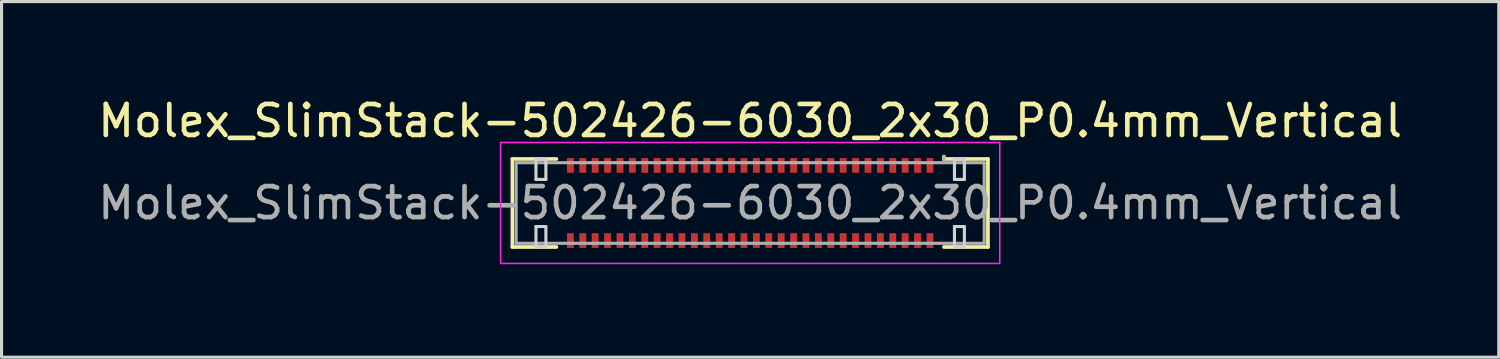
<source format=kicad_pcb>
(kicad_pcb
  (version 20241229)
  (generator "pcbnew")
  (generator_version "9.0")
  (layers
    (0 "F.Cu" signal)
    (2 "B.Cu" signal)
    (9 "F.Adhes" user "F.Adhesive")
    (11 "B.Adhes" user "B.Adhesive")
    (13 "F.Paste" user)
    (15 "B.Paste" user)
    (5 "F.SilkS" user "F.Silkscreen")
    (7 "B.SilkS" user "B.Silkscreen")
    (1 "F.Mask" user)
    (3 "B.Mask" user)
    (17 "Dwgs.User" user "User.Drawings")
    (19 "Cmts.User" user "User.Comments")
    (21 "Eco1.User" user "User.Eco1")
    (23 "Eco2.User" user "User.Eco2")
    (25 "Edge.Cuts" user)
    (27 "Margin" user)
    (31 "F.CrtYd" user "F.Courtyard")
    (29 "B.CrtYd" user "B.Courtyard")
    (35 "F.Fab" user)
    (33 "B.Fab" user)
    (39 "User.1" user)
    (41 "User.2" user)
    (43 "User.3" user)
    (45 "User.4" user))
  (footprint "Molex_SlimStack-502426-6030_2x30_P0.4mm_Vertical"
    (layer "F.Cu")
    (at 21.149 3.498)
    (property "Reference" "Molex_SlimStack-502426-6030_2x30_P0.4mm_Vertical" (at 0 -2.65 0) (layer "F.SilkS") (effects (font (size 1 1) (thickness 0.15))))
    (attr smd)
    (fp_line (start -7.67 -1.42) (end -6.25 -1.42) (stroke (width 0.12) (type solid)) (layer "F.SilkS"))
    (fp_line (start -7.67 1.42) (end -7.67 -1.42) (stroke (width 0.12) (type solid)) (layer "F.SilkS"))
    (fp_line (start -6.25 1.42) (end -7.67 1.42) (stroke (width 0.12) (type solid)) (layer "F.SilkS"))
    (fp_line (start 6.25 -1.42) (end 6.25 -1.5) (stroke (width 0.12) (type solid)) (layer "F.SilkS"))
    (fp_line (start 6.25 1.42) (end 7.67 1.42) (stroke (width 0.12) (type solid)) (layer "F.SilkS"))
    (fp_line (start 7.67 -1.42) (end 6.25 -1.42) (stroke (width 0.12) (type solid)) (layer "F.SilkS"))
    (fp_line (start 7.67 1.42) (end 7.67 -1.42) (stroke (width 0.12) (type solid)) (layer "F.SilkS"))
    (fp_line (start -6.91 -1.41) (end -6.91 -0.76) (stroke (width 0.1) (type solid)) (layer "Edge.Cuts"))
    (fp_line (start -6.91 -0.76) (end -6.59 -0.76) (stroke (width 0.1) (type solid)) (layer "Edge.Cuts"))
    (fp_line (start -6.91 0.76) (end -6.91 1.41) (stroke (width 0.1) (type solid)) (layer "Edge.Cuts"))
    (fp_line (start -6.91 1.41) (end -6.59 1.41) (stroke (width 0.1) (type solid)) (layer "Edge.Cuts"))
    (fp_line (start -6.59 -1.41) (end -6.91 -1.41) (stroke (width 0.1) (type solid)) (layer "Edge.Cuts"))
    (fp_line (start -6.59 -0.76) (end -6.59 -1.41) (stroke (width 0.1) (type solid)) (layer "Edge.Cuts"))
    (fp_line (start -6.59 0.76) (end -6.91 0.76) (stroke (width 0.1) (type solid)) (layer "Edge.Cuts"))
    (fp_line (start -6.59 1.41) (end -6.59 0.76) (stroke (width 0.1) (type solid)) (layer "Edge.Cuts"))
    (fp_line (start 6.59 -1.41) (end 6.59 -0.76) (stroke (width 0.1) (type solid)) (layer "Edge.Cuts"))
    (fp_line (start 6.59 -0.76) (end 6.91 -0.76) (stroke (width 0.1) (type solid)) (layer "Edge.Cuts"))
    (fp_line (start 6.59 0.76) (end 6.59 1.41) (stroke (width 0.1) (type solid)) (layer "Edge.Cuts"))
    (fp_line (start 6.59 1.41) (end 6.91 1.41) (stroke (width 0.1) (type solid)) (layer "Edge.Cuts"))
    (fp_line (start 6.91 -1.41) (end 6.59 -1.41) (stroke (width 0.1) (type solid)) (layer "Edge.Cuts"))
    (fp_line (start 6.91 -0.76) (end 6.91 -1.41) (stroke (width 0.1) (type solid)) (layer "Edge.Cuts"))
    (fp_line (start 6.91 0.76) (end 6.59 0.76) (stroke (width 0.1) (type solid)) (layer "Edge.Cuts"))
    (fp_line (start 6.91 1.41) (end 6.91 0.76) (stroke (width 0.1) (type solid)) (layer "Edge.Cuts"))
    (fp_line (start -8.05 -1.95) (end -8.05 1.95) (stroke (width 0.05) (type solid)) (layer "F.CrtYd"))
    (fp_line (start -8.05 1.95) (end 8.05 1.95) (stroke (width 0.05) (type solid)) (layer "F.CrtYd"))
    (fp_line (start 8.05 -1.95) (end -8.05 -1.95) (stroke (width 0.05) (type solid)) (layer "F.CrtYd"))
    (fp_line (start 8.05 1.95) (end 8.05 -1.95) (stroke (width 0.05) (type solid)) (layer "F.CrtYd"))
    (fp_line (start -7.55 -1.3) (end -7.55 1.3) (stroke (width 0.1) (type solid)) (layer "F.Fab"))
    (fp_line (start -7.55 1.3) (end 7.55 1.3) (stroke (width 0.1) (type solid)) (layer "F.Fab"))
    (fp_line (start 6.25 -1.3) (end 6.25 -1.5) (stroke (width 0.1) (type solid)) (layer "F.Fab"))
    (fp_line (start 7.55 -1.3) (end -7.55 -1.3) (stroke (width 0.1) (type solid)) (layer "F.Fab"))
    (fp_line (start 7.55 1.3) (end 7.55 -1.3) (stroke (width 0.1) (type solid)) (layer "F.Fab"))
    (fp_text user "${REFERENCE}" (at 0 0 0) (layer "F.Fab") (effects (font (size 1 1) (thickness 0.15))))
    (pad "1" smd rect (at 5.8 -1.212) (size 0.22 0.475) (layers "F.Cu" "F.Mask" "F.Paste"))
    (pad "2" smd rect (at 5.8 1.212) (size 0.22 0.475) (layers "F.Cu" "F.Mask" "F.Paste"))
    (pad "3" smd rect (at 5.4 -1.212) (size 0.22 0.475) (layers "F.Cu" "F.Mask" "F.Paste"))
    (pad "4" smd rect (at 5.4 1.212) (size 0.22 0.475) (layers "F.Cu" "F.Mask" "F.Paste"))
    (pad "5" smd rect (at 5 -1.212) (size 0.22 0.475) (layers "F.Cu" "F.Mask" "F.Paste"))
    (pad "6" smd rect (at 5 1.212) (size 0.22 0.475) (layers "F.Cu" "F.Mask" "F.Paste"))
    (pad "7" smd rect (at 4.6 -1.212) (size 0.22 0.475) (layers "F.Cu" "F.Mask" "F.Paste"))
    (pad "8" smd rect (at 4.6 1.212) (size 0.22 0.475) (layers "F.Cu" "F.Mask" "F.Paste"))
    (pad "9" smd rect (at 4.2 -1.212) (size 0.22 0.475) (layers "F.Cu" "F.Mask" "F.Paste"))
    (pad "10" smd rect (at 4.2 1.212) (size 0.22 0.475) (layers "F.Cu" "F.Mask" "F.Paste"))
    (pad "11" smd rect (at 3.8 -1.212) (size 0.22 0.475) (layers "F.Cu" "F.Mask" "F.Paste"))
    (pad "12" smd rect (at 3.8 1.212) (size 0.22 0.475) (layers "F.Cu" "F.Mask" "F.Paste"))
    (pad "13" smd rect (at 3.4 -1.212) (size 0.22 0.475) (layers "F.Cu" "F.Mask" "F.Paste"))
    (pad "14" smd rect (at 3.4 1.212) (size 0.22 0.475) (layers "F.Cu" "F.Mask" "F.Paste"))
    (pad "15" smd rect (at 3 -1.212) (size 0.22 0.475) (layers "F.Cu" "F.Mask" "F.Paste"))
    (pad "16" smd rect (at 3 1.212) (size 0.22 0.475) (layers "F.Cu" "F.Mask" "F.Paste"))
    (pad "17" smd rect (at 2.6 -1.212) (size 0.22 0.475) (layers "F.Cu" "F.Mask" "F.Paste"))
    (pad "18" smd rect (at 2.6 1.212) (size 0.22 0.475) (layers "F.Cu" "F.Mask" "F.Paste"))
    (pad "19" smd rect (at 2.2 -1.212) (size 0.22 0.475) (layers "F.Cu" "F.Mask" "F.Paste"))
    (pad "20" smd rect (at 2.2 1.212) (size 0.22 0.475) (layers "F.Cu" "F.Mask" "F.Paste"))
    (pad "21" smd rect (at 1.8 -1.212) (size 0.22 0.475) (layers "F.Cu" "F.Mask" "F.Paste"))
    (pad "22" smd rect (at 1.8 1.212) (size 0.22 0.475) (layers "F.Cu" "F.Mask" "F.Paste"))
    (pad "23" smd rect (at 1.4 -1.212) (size 0.22 0.475) (layers "F.Cu" "F.Mask" "F.Paste"))
    (pad "24" smd rect (at 1.4 1.212) (size 0.22 0.475) (layers "F.Cu" "F.Mask" "F.Paste"))
    (pad "25" smd rect (at 1 -1.212) (size 0.22 0.475) (layers "F.Cu" "F.Mask" "F.Paste"))
    (pad "26" smd rect (at 1 1.212) (size 0.22 0.475) (layers "F.Cu" "F.Mask" "F.Paste"))
    (pad "27" smd rect (at 0.6 -1.212) (size 0.22 0.475) (layers "F.Cu" "F.Mask" "F.Paste"))
    (pad "28" smd rect (at 0.6 1.212) (size 0.22 0.475) (layers "F.Cu" "F.Mask" "F.Paste"))
    (pad "29" smd rect (at 0.2 -1.212) (size 0.22 0.475) (layers "F.Cu" "F.Mask" "F.Paste"))
    (pad "30" smd rect (at 0.2 1.212) (size 0.22 0.475) (layers "F.Cu" "F.Mask" "F.Paste"))
    (pad "31" smd rect (at -0.2 -1.212) (size 0.22 0.475) (layers "F.Cu" "F.Mask" "F.Paste"))
    (pad "32" smd rect (at -0.2 1.212) (size 0.22 0.475) (layers "F.Cu" "F.Mask" "F.Paste"))
    (pad "33" smd rect (at -0.6 -1.212) (size 0.22 0.475) (layers "F.Cu" "F.Mask" "F.Paste"))
    (pad "34" smd rect (at -0.6 1.212) (size 0.22 0.475) (layers "F.Cu" "F.Mask" "F.Paste"))
    (pad "35" smd rect (at -1 -1.212) (size 0.22 0.475) (layers "F.Cu" "F.Mask" "F.Paste"))
    (pad "36" smd rect (at -1 1.212) (size 0.22 0.475) (layers "F.Cu" "F.Mask" "F.Paste"))
    (pad "37" smd rect (at -1.4 -1.212) (size 0.22 0.475) (layers "F.Cu" "F.Mask" "F.Paste"))
    (pad "38" smd rect (at -1.4 1.212) (size 0.22 0.475) (layers "F.Cu" "F.Mask" "F.Paste"))
    (pad "39" smd rect (at -1.8 -1.212) (size 0.22 0.475) (layers "F.Cu" "F.Mask" "F.Paste"))
    (pad "40" smd rect (at -1.8 1.212) (size 0.22 0.475) (layers "F.Cu" "F.Mask" "F.Paste"))
    (pad "41" smd rect (at -2.2 -1.212) (size 0.22 0.475) (layers "F.Cu" "F.Mask" "F.Paste"))
    (pad "42" smd rect (at -2.2 1.212) (size 0.22 0.475) (layers "F.Cu" "F.Mask" "F.Paste"))
    (pad "43" smd rect (at -2.6 -1.212) (size 0.22 0.475) (layers "F.Cu" "F.Mask" "F.Paste"))
    (pad "44" smd rect (at -2.6 1.212) (size 0.22 0.475) (layers "F.Cu" "F.Mask" "F.Paste"))
    (pad "45" smd rect (at -3 -1.212) (size 0.22 0.475) (layers "F.Cu" "F.Mask" "F.Paste"))
    (pad "46" smd rect (at -3 1.212) (size 0.22 0.475) (layers "F.Cu" "F.Mask" "F.Paste"))
    (pad "47" smd rect (at -3.4 -1.212) (size 0.22 0.475) (layers "F.Cu" "F.Mask" "F.Paste"))
    (pad "48" smd rect (at -3.4 1.212) (size 0.22 0.475) (layers "F.Cu" "F.Mask" "F.Paste"))
    (pad "49" smd rect (at -3.8 -1.212) (size 0.22 0.475) (layers "F.Cu" "F.Mask" "F.Paste"))
    (pad "50" smd rect (at -3.8 1.212) (size 0.22 0.475) (layers "F.Cu" "F.Mask" "F.Paste"))
    (pad "51" smd rect (at -4.2 -1.212) (size 0.22 0.475) (layers "F.Cu" "F.Mask" "F.Paste"))
    (pad "52" smd rect (at -4.2 1.212) (size 0.22 0.475) (layers "F.Cu" "F.Mask" "F.Paste"))
    (pad "53" smd rect (at -4.6 -1.212) (size 0.22 0.475) (layers "F.Cu" "F.Mask" "F.Paste"))
    (pad "54" smd rect (at -4.6 1.212) (size 0.22 0.475) (layers "F.Cu" "F.Mask" "F.Paste"))
    (pad "55" smd rect (at -5 -1.212) (size 0.22 0.475) (layers "F.Cu" "F.Mask" "F.Paste"))
    (pad "56" smd rect (at -5 1.212) (size 0.22 0.475) (layers "F.Cu" "F.Mask" "F.Paste"))
    (pad "57" smd rect (at -5.4 -1.212) (size 0.22 0.475) (layers "F.Cu" "F.Mask" "F.Paste"))
    (pad "58" smd rect (at -5.4 1.212) (size 0.22 0.475) (layers "F.Cu" "F.Mask" "F.Paste"))
    (pad "59" smd rect (at -5.8 -1.212) (size 0.22 0.475) (layers "F.Cu" "F.Mask" "F.Paste"))
    (pad "60" smd rect (at -5.8 1.212) (size 0.22 0.475) (layers "F.Cu" "F.Mask" "F.Paste")))
  (gr_rect
    (start -3 -3)
    (end 45.298 8.473)
    (stroke (width 0.1) (type default))
    (fill no)
    (layer "Edge.Cuts")))
</source>
